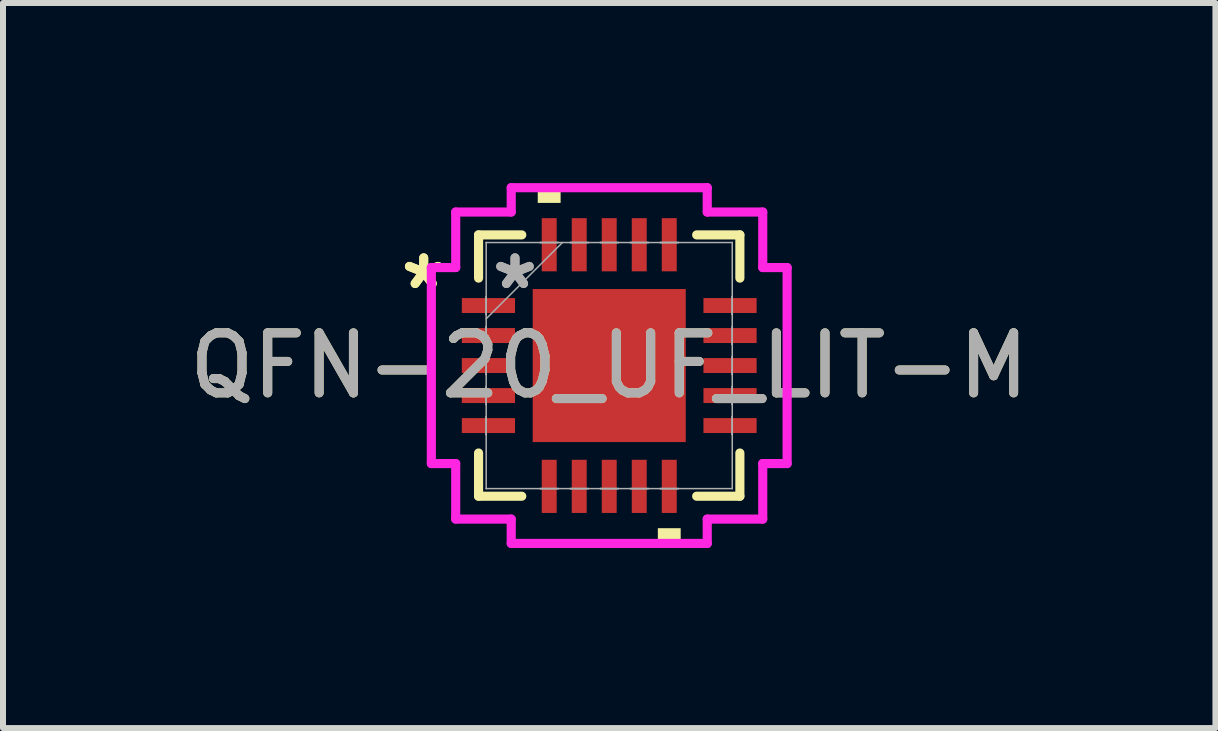
<source format=kicad_pcb>
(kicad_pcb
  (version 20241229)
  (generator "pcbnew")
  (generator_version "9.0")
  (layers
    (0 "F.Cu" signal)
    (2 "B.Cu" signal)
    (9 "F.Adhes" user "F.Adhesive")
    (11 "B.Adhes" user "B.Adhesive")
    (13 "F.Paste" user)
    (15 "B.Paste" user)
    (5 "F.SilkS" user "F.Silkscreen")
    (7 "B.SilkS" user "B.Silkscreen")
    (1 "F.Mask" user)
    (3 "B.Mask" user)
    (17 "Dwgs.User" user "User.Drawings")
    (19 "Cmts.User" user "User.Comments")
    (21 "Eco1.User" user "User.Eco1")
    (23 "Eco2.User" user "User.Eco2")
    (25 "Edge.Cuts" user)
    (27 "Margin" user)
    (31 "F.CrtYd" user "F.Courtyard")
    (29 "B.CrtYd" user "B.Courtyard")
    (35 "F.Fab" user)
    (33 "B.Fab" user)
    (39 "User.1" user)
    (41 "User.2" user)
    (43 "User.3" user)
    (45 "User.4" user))
  (footprint "QFN-20_UF_LIT-M"
    (layer "F.Cu")
    (at 7.101 3.041)
    (property "Reference" "QFN-20_UF_LIT-M" (at 0 0 0) (unlocked yes) (layer "F.SilkS") (effects (font (size 1 1) (thickness 0.15))))
    (attr smd)
    (fp_line (start -2.177 -2.177) (end -2.177 -1.457) (stroke (width 0.152) (type solid)) (layer "F.SilkS"))
    (fp_line (start -2.177 1.457) (end -2.177 2.177) (stroke (width 0.152) (type solid)) (layer "F.SilkS"))
    (fp_line (start -2.177 2.177) (end -1.457 2.177) (stroke (width 0.152) (type solid)) (layer "F.SilkS"))
    (fp_line (start -1.457 -2.177) (end -2.177 -2.177) (stroke (width 0.152) (type solid)) (layer "F.SilkS"))
    (fp_line (start 1.457 2.177) (end 2.177 2.177) (stroke (width 0.152) (type solid)) (layer "F.SilkS"))
    (fp_line (start 2.177 -2.177) (end 1.457 -2.177) (stroke (width 0.152) (type solid)) (layer "F.SilkS"))
    (fp_line (start 2.177 -1.457) (end 2.177 -2.177) (stroke (width 0.152) (type solid)) (layer "F.SilkS"))
    (fp_line (start 2.177 2.177) (end 2.177 1.457) (stroke (width 0.152) (type solid)) (layer "F.SilkS"))
    (fp_poly (pts (xy -1.191 -2.71) (xy -1.191 -2.964) (xy -0.81 -2.964) (xy -0.81 -2.71)) (stroke (width 0) (type solid)) (fill yes) (layer "F.SilkS"))
    (fp_poly (pts (xy 0.81 2.71) (xy 0.81 2.964) (xy 1.191 2.964) (xy 1.191 2.71)) (stroke (width 0) (type solid)) (fill yes) (layer "F.SilkS"))
    (fp_poly (pts (xy -1.175 -1.175) (xy -1.175 -0.1) (xy -0.1 -0.1) (xy -0.1 -1.175)) (stroke (width 0) (type solid)) (fill yes) (layer "F.Paste"))
    (fp_poly (pts (xy -1.175 0.1) (xy -1.175 1.175) (xy -0.1 1.175) (xy -0.1 0.1)) (stroke (width 0) (type solid)) (fill yes) (layer "F.Paste"))
    (fp_poly (pts (xy 0.1 -1.175) (xy 0.1 -0.1) (xy 1.175 -0.1) (xy 1.175 -1.175)) (stroke (width 0) (type solid)) (fill yes) (layer "F.Paste"))
    (fp_poly (pts (xy 0.1 0.1) (xy 0.1 1.175) (xy 1.175 1.175) (xy 1.175 0.1)) (stroke (width 0) (type solid)) (fill yes) (layer "F.Paste"))
    (fp_line (start -2.964 -1.633) (end -2.558 -1.633) (stroke (width 0.152) (type solid)) (layer "F.CrtYd"))
    (fp_line (start -2.964 1.633) (end -2.964 -1.633) (stroke (width 0.152) (type solid)) (layer "F.CrtYd"))
    (fp_line (start -2.558 -2.558) (end -1.633 -2.558) (stroke (width 0.152) (type solid)) (layer "F.CrtYd"))
    (fp_line (start -2.558 -1.633) (end -2.558 -2.558) (stroke (width 0.152) (type solid)) (layer "F.CrtYd"))
    (fp_line (start -2.558 1.633) (end -2.964 1.633) (stroke (width 0.152) (type solid)) (layer "F.CrtYd"))
    (fp_line (start -2.558 2.558) (end -2.558 1.633) (stroke (width 0.152) (type solid)) (layer "F.CrtYd"))
    (fp_line (start -1.633 -2.964) (end 1.633 -2.964) (stroke (width 0.152) (type solid)) (layer "F.CrtYd"))
    (fp_line (start -1.633 -2.558) (end -1.633 -2.964) (stroke (width 0.152) (type solid)) (layer "F.CrtYd"))
    (fp_line (start -1.633 2.558) (end -2.558 2.558) (stroke (width 0.152) (type solid)) (layer "F.CrtYd"))
    (fp_line (start -1.633 2.964) (end -1.633 2.558) (stroke (width 0.152) (type solid)) (layer "F.CrtYd"))
    (fp_line (start 1.633 -2.964) (end 1.633 -2.558) (stroke (width 0.152) (type solid)) (layer "F.CrtYd"))
    (fp_line (start 1.633 -2.558) (end 2.558 -2.558) (stroke (width 0.152) (type solid)) (layer "F.CrtYd"))
    (fp_line (start 1.633 2.558) (end 1.633 2.964) (stroke (width 0.152) (type solid)) (layer "F.CrtYd"))
    (fp_line (start 1.633 2.964) (end -1.633 2.964) (stroke (width 0.152) (type solid)) (layer "F.CrtYd"))
    (fp_line (start 2.558 -2.558) (end 2.558 -1.633) (stroke (width 0.152) (type solid)) (layer "F.CrtYd"))
    (fp_line (start 2.558 -1.633) (end 2.964 -1.633) (stroke (width 0.152) (type solid)) (layer "F.CrtYd"))
    (fp_line (start 2.558 1.633) (end 2.558 2.558) (stroke (width 0.152) (type solid)) (layer "F.CrtYd"))
    (fp_line (start 2.558 2.558) (end 1.633 2.558) (stroke (width 0.152) (type solid)) (layer "F.CrtYd"))
    (fp_line (start 2.964 -1.633) (end 2.964 1.633) (stroke (width 0.152) (type solid)) (layer "F.CrtYd"))
    (fp_line (start 2.964 1.633) (end 2.558 1.633) (stroke (width 0.152) (type solid)) (layer "F.CrtYd"))
    (fp_line (start -2.05 -2.05) (end -2.05 -2.05) (stroke (width 0.025) (type solid)) (layer "F.Fab"))
    (fp_line (start -2.05 -2.05) (end -2.05 2.05) (stroke (width 0.025) (type solid)) (layer "F.Fab"))
    (fp_line (start -2.05 -1.15) (end -2.05 -1.15) (stroke (width 0.025) (type solid)) (layer "F.Fab"))
    (fp_line (start -2.05 -1.15) (end -2.05 -0.85) (stroke (width 0.025) (type solid)) (layer "F.Fab"))
    (fp_line (start -2.05 -0.85) (end -2.05 -1.15) (stroke (width 0.025) (type solid)) (layer "F.Fab"))
    (fp_line (start -2.05 -0.85) (end -2.05 -0.85) (stroke (width 0.025) (type solid)) (layer "F.Fab"))
    (fp_line (start -2.05 -0.78) (end -0.78 -2.05) (stroke (width 0.025) (type solid)) (layer "F.Fab"))
    (fp_line (start -2.05 -0.65) (end -2.05 -0.65) (stroke (width 0.025) (type solid)) (layer "F.Fab"))
    (fp_line (start -2.05 -0.65) (end -2.05 -0.35) (stroke (width 0.025) (type solid)) (layer "F.Fab"))
    (fp_line (start -2.05 -0.35) (end -2.05 -0.65) (stroke (width 0.025) (type solid)) (layer "F.Fab"))
    (fp_line (start -2.05 -0.35) (end -2.05 -0.35) (stroke (width 0.025) (type solid)) (layer "F.Fab"))
    (fp_line (start -2.05 -0.15) (end -2.05 -0.15) (stroke (width 0.025) (type solid)) (layer "F.Fab"))
    (fp_line (start -2.05 -0.15) (end -2.05 0.15) (stroke (width 0.025) (type solid)) (layer "F.Fab"))
    (fp_line (start -2.05 0.15) (end -2.05 -0.15) (stroke (width 0.025) (type solid)) (layer "F.Fab"))
    (fp_line (start -2.05 0.15) (end -2.05 0.15) (stroke (width 0.025) (type solid)) (layer "F.Fab"))
    (fp_line (start -2.05 0.35) (end -2.05 0.35) (stroke (width 0.025) (type solid)) (layer "F.Fab"))
    (fp_line (start -2.05 0.35) (end -2.05 0.65) (stroke (width 0.025) (type solid)) (layer "F.Fab"))
    (fp_line (start -2.05 0.65) (end -2.05 0.35) (stroke (width 0.025) (type solid)) (layer "F.Fab"))
    (fp_line (start -2.05 0.65) (end -2.05 0.65) (stroke (width 0.025) (type solid)) (layer "F.Fab"))
    (fp_line (start -2.05 0.85) (end -2.05 0.85) (stroke (width 0.025) (type solid)) (layer "F.Fab"))
    (fp_line (start -2.05 0.85) (end -2.05 1.15) (stroke (width 0.025) (type solid)) (layer "F.Fab"))
    (fp_line (start -2.05 1.15) (end -2.05 0.85) (stroke (width 0.025) (type solid)) (layer "F.Fab"))
    (fp_line (start -2.05 1.15) (end -2.05 1.15) (stroke (width 0.025) (type solid)) (layer "F.Fab"))
    (fp_line (start -2.05 2.05) (end -2.05 2.05) (stroke (width 0.025) (type solid)) (layer "F.Fab"))
    (fp_line (start -2.05 2.05) (end 2.05 2.05) (stroke (width 0.025) (type solid)) (layer "F.Fab"))
    (fp_line (start -1.15 -2.05) (end -1.15 -2.05) (stroke (width 0.025) (type solid)) (layer "F.Fab"))
    (fp_line (start -1.15 -2.05) (end -0.85 -2.05) (stroke (width 0.025) (type solid)) (layer "F.Fab"))
    (fp_line (start -1.15 2.05) (end -1.15 2.05) (stroke (width 0.025) (type solid)) (layer "F.Fab"))
    (fp_line (start -1.15 2.05) (end -0.85 2.05) (stroke (width 0.025) (type solid)) (layer "F.Fab"))
    (fp_line (start -0.85 -2.05) (end -1.15 -2.05) (stroke (width 0.025) (type solid)) (layer "F.Fab"))
    (fp_line (start -0.85 -2.05) (end -0.85 -2.05) (stroke (width 0.025) (type solid)) (layer "F.Fab"))
    (fp_line (start -0.85 2.05) (end -1.15 2.05) (stroke (width 0.025) (type solid)) (layer "F.Fab"))
    (fp_line (start -0.85 2.05) (end -0.85 2.05) (stroke (width 0.025) (type solid)) (layer "F.Fab"))
    (fp_line (start -0.65 -2.05) (end -0.65 -2.05) (stroke (width 0.025) (type solid)) (layer "F.Fab"))
    (fp_line (start -0.65 -2.05) (end -0.35 -2.05) (stroke (width 0.025) (type solid)) (layer "F.Fab"))
    (fp_line (start -0.65 2.05) (end -0.65 2.05) (stroke (width 0.025) (type solid)) (layer "F.Fab"))
    (fp_line (start -0.65 2.05) (end -0.35 2.05) (stroke (width 0.025) (type solid)) (layer "F.Fab"))
    (fp_line (start -0.35 -2.05) (end -0.65 -2.05) (stroke (width 0.025) (type solid)) (layer "F.Fab"))
    (fp_line (start -0.35 -2.05) (end -0.35 -2.05) (stroke (width 0.025) (type solid)) (layer "F.Fab"))
    (fp_line (start -0.35 2.05) (end -0.65 2.05) (stroke (width 0.025) (type solid)) (layer "F.Fab"))
    (fp_line (start -0.35 2.05) (end -0.35 2.05) (stroke (width 0.025) (type solid)) (layer "F.Fab"))
    (fp_line (start -0.15 -2.05) (end -0.15 -2.05) (stroke (width 0.025) (type solid)) (layer "F.Fab"))
    (fp_line (start -0.15 -2.05) (end 0.15 -2.05) (stroke (width 0.025) (type solid)) (layer "F.Fab"))
    (fp_line (start -0.15 2.05) (end -0.15 2.05) (stroke (width 0.025) (type solid)) (layer "F.Fab"))
    (fp_line (start -0.15 2.05) (end 0.15 2.05) (stroke (width 0.025) (type solid)) (layer "F.Fab"))
    (fp_line (start 0.15 -2.05) (end -0.15 -2.05) (stroke (width 0.025) (type solid)) (layer "F.Fab"))
    (fp_line (start 0.15 -2.05) (end 0.15 -2.05) (stroke (width 0.025) (type solid)) (layer "F.Fab"))
    (fp_line (start 0.15 2.05) (end -0.15 2.05) (stroke (width 0.025) (type solid)) (layer "F.Fab"))
    (fp_line (start 0.15 2.05) (end 0.15 2.05) (stroke (width 0.025) (type solid)) (layer "F.Fab"))
    (fp_line (start 0.35 -2.05) (end 0.35 -2.05) (stroke (width 0.025) (type solid)) (layer "F.Fab"))
    (fp_line (start 0.35 -2.05) (end 0.65 -2.05) (stroke (width 0.025) (type solid)) (layer "F.Fab"))
    (fp_line (start 0.35 2.05) (end 0.35 2.05) (stroke (width 0.025) (type solid)) (layer "F.Fab"))
    (fp_line (start 0.35 2.05) (end 0.65 2.05) (stroke (width 0.025) (type solid)) (layer "F.Fab"))
    (fp_line (start 0.65 -2.05) (end 0.35 -2.05) (stroke (width 0.025) (type solid)) (layer "F.Fab"))
    (fp_line (start 0.65 -2.05) (end 0.65 -2.05) (stroke (width 0.025) (type solid)) (layer "F.Fab"))
    (fp_line (start 0.65 2.05) (end 0.35 2.05) (stroke (width 0.025) (type solid)) (layer "F.Fab"))
    (fp_line (start 0.65 2.05) (end 0.65 2.05) (stroke (width 0.025) (type solid)) (layer "F.Fab"))
    (fp_line (start 0.85 -2.05) (end 0.85 -2.05) (stroke (width 0.025) (type solid)) (layer "F.Fab"))
    (fp_line (start 0.85 -2.05) (end 1.15 -2.05) (stroke (width 0.025) (type solid)) (layer "F.Fab"))
    (fp_line (start 0.85 2.05) (end 0.85 2.05) (stroke (width 0.025) (type solid)) (layer "F.Fab"))
    (fp_line (start 0.85 2.05) (end 1.15 2.05) (stroke (width 0.025) (type solid)) (layer "F.Fab"))
    (fp_line (start 1.15 -2.05) (end 0.85 -2.05) (stroke (width 0.025) (type solid)) (layer "F.Fab"))
    (fp_line (start 1.15 -2.05) (end 1.15 -2.05) (stroke (width 0.025) (type solid)) (layer "F.Fab"))
    (fp_line (start 1.15 2.05) (end 0.85 2.05) (stroke (width 0.025) (type solid)) (layer "F.Fab"))
    (fp_line (start 1.15 2.05) (end 1.15 2.05) (stroke (width 0.025) (type solid)) (layer "F.Fab"))
    (fp_line (start 2.05 -2.05) (end -2.05 -2.05) (stroke (width 0.025) (type solid)) (layer "F.Fab"))
    (fp_line (start 2.05 -2.05) (end 2.05 -2.05) (stroke (width 0.025) (type solid)) (layer "F.Fab"))
    (fp_line (start 2.05 -1.15) (end 2.05 -1.15) (stroke (width 0.025) (type solid)) (layer "F.Fab"))
    (fp_line (start 2.05 -1.15) (end 2.05 -0.85) (stroke (width 0.025) (type solid)) (layer "F.Fab"))
    (fp_line (start 2.05 -0.85) (end 2.05 -1.15) (stroke (width 0.025) (type solid)) (layer "F.Fab"))
    (fp_line (start 2.05 -0.85) (end 2.05 -0.85) (stroke (width 0.025) (type solid)) (layer "F.Fab"))
    (fp_line (start 2.05 -0.65) (end 2.05 -0.65) (stroke (width 0.025) (type solid)) (layer "F.Fab"))
    (fp_line (start 2.05 -0.65) (end 2.05 -0.35) (stroke (width 0.025) (type solid)) (layer "F.Fab"))
    (fp_line (start 2.05 -0.35) (end 2.05 -0.65) (stroke (width 0.025) (type solid)) (layer "F.Fab"))
    (fp_line (start 2.05 -0.35) (end 2.05 -0.35) (stroke (width 0.025) (type solid)) (layer "F.Fab"))
    (fp_line (start 2.05 -0.15) (end 2.05 -0.15) (stroke (width 0.025) (type solid)) (layer "F.Fab"))
    (fp_line (start 2.05 -0.15) (end 2.05 0.15) (stroke (width 0.025) (type solid)) (layer "F.Fab"))
    (fp_line (start 2.05 0.15) (end 2.05 -0.15) (stroke (width 0.025) (type solid)) (layer "F.Fab"))
    (fp_line (start 2.05 0.15) (end 2.05 0.15) (stroke (width 0.025) (type solid)) (layer "F.Fab"))
    (fp_line (start 2.05 0.35) (end 2.05 0.35) (stroke (width 0.025) (type solid)) (layer "F.Fab"))
    (fp_line (start 2.05 0.35) (end 2.05 0.65) (stroke (width 0.025) (type solid)) (layer "F.Fab"))
    (fp_line (start 2.05 0.65) (end 2.05 0.35) (stroke (width 0.025) (type solid)) (layer "F.Fab"))
    (fp_line (start 2.05 0.65) (end 2.05 0.65) (stroke (width 0.025) (type solid)) (layer "F.Fab"))
    (fp_line (start 2.05 0.85) (end 2.05 0.85) (stroke (width 0.025) (type solid)) (layer "F.Fab"))
    (fp_line (start 2.05 0.85) (end 2.05 1.15) (stroke (width 0.025) (type solid)) (layer "F.Fab"))
    (fp_line (start 2.05 1.15) (end 2.05 0.85) (stroke (width 0.025) (type solid)) (layer "F.Fab"))
    (fp_line (start 2.05 1.15) (end 2.05 1.15) (stroke (width 0.025) (type solid)) (layer "F.Fab"))
    (fp_line (start 2.05 2.05) (end 2.05 -2.05) (stroke (width 0.025) (type solid)) (layer "F.Fab"))
    (fp_line (start 2.05 2.05) (end 2.05 2.05) (stroke (width 0.025) (type solid)) (layer "F.Fab"))
    (fp_text user "*" (at -3.091 -1.25 0) (unlocked yes) (layer "F.SilkS") (effects (font (size 1 1) (thickness 0.15))))
    (fp_text user "*" (at -3.091 -1.25 0) (layer "F.SilkS") (effects (font (size 1 1) (thickness 0.15))))
    (fp_text user "*" (at -1.57 -1.25 0) (layer "F.Fab") (effects (font (size 1 1) (thickness 0.15))))
    (fp_text user "${REFERENCE}" (at 0 0 0) (unlocked yes) (layer "F.Fab") (effects (font (size 1 1) (thickness 0.15))))
    (fp_text user "*" (at -1.57 -1.25 0) (unlocked yes) (layer "F.Fab") (effects (font (size 1 1) (thickness 0.15))))
    (pad "1" smd rect (at -2.013 -1 90) (size 0.249 0.886) (layers "F.Cu" "F.Mask" "F.Paste"))
    (pad "2" smd rect (at -2.013 -0.5 90) (size 0.249 0.886) (layers "F.Cu" "F.Mask" "F.Paste"))
    (pad "3" smd rect (at -2.013 0 90) (size 0.249 0.886) (layers "F.Cu" "F.Mask" "F.Paste"))
    (pad "4" smd rect (at -2.013 0.5 90) (size 0.249 0.886) (layers "F.Cu" "F.Mask" "F.Paste"))
    (pad "5" smd rect (at -2.013 1 90) (size 0.249 0.886) (layers "F.Cu" "F.Mask" "F.Paste"))
    (pad "6" smd rect (at -1 2.013) (size 0.249 0.886) (layers "F.Cu" "F.Mask" "F.Paste"))
    (pad "7" smd rect (at -0.5 2.013) (size 0.249 0.886) (layers "F.Cu" "F.Mask" "F.Paste"))
    (pad "8" smd rect (at 0 2.013) (size 0.249 0.886) (layers "F.Cu" "F.Mask" "F.Paste"))
    (pad "9" smd rect (at 0.5 2.013) (size 0.249 0.886) (layers "F.Cu" "F.Mask" "F.Paste"))
    (pad "10" smd rect (at 1 2.013) (size 0.249 0.886) (layers "F.Cu" "F.Mask" "F.Paste"))
    (pad "11" smd rect (at 2.013 1 90) (size 0.249 0.886) (layers "F.Cu" "F.Mask" "F.Paste"))
    (pad "12" smd rect (at 2.013 0.5 90) (size 0.249 0.886) (layers "F.Cu" "F.Mask" "F.Paste"))
    (pad "13" smd rect (at 2.013 0 90) (size 0.249 0.886) (layers "F.Cu" "F.Mask" "F.Paste"))
    (pad "14" smd rect (at 2.013 -0.5 90) (size 0.249 0.886) (layers "F.Cu" "F.Mask" "F.Paste"))
    (pad "15" smd rect (at 2.013 -1 90) (size 0.249 0.886) (layers "F.Cu" "F.Mask" "F.Paste"))
    (pad "16" smd rect (at 1 -2.013) (size 0.249 0.886) (layers "F.Cu" "F.Mask" "F.Paste"))
    (pad "17" smd rect (at 0.5 -2.013) (size 0.249 0.886) (layers "F.Cu" "F.Mask" "F.Paste"))
    (pad "18" smd rect (at 0 -2.013) (size 0.249 0.886) (layers "F.Cu" "F.Mask" "F.Paste"))
    (pad "19" smd rect (at -0.5 -2.013) (size 0.249 0.886) (layers "F.Cu" "F.Mask" "F.Paste"))
    (pad "20" smd rect (at -1 -2.013) (size 0.249 0.886) (layers "F.Cu" "F.Mask" "F.Paste"))
    (pad "21" smd rect (at 0 0) (size 2.55 2.55) (layers "F.Cu" "F.Mask")))
  (gr_rect
    (start -3 -3)
    (end 17.202 9.081)
    (stroke (width 0.1) (type default))
    (fill no)
    (layer "Edge.Cuts")))
</source>
